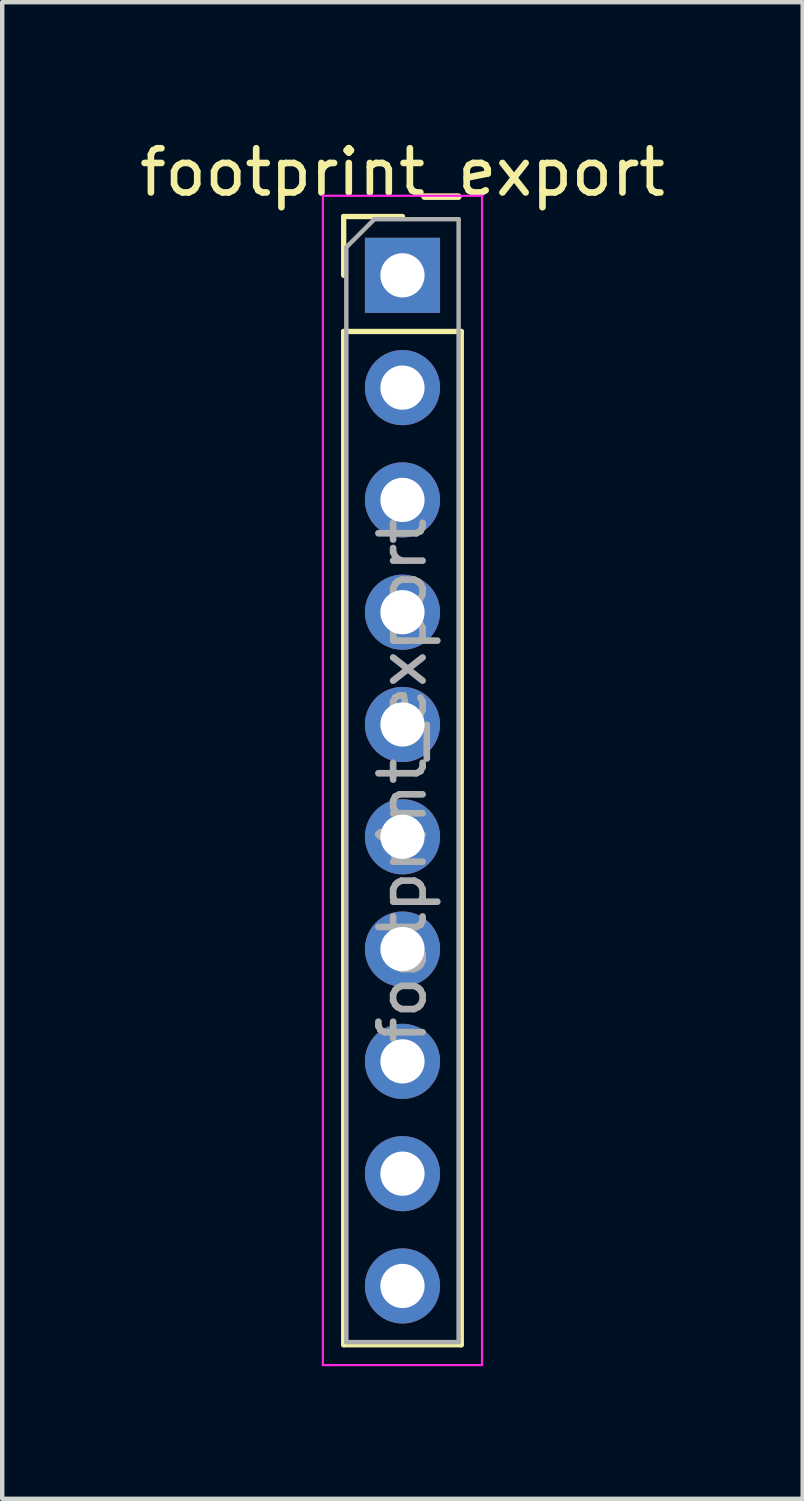
<source format=kicad_pcb>
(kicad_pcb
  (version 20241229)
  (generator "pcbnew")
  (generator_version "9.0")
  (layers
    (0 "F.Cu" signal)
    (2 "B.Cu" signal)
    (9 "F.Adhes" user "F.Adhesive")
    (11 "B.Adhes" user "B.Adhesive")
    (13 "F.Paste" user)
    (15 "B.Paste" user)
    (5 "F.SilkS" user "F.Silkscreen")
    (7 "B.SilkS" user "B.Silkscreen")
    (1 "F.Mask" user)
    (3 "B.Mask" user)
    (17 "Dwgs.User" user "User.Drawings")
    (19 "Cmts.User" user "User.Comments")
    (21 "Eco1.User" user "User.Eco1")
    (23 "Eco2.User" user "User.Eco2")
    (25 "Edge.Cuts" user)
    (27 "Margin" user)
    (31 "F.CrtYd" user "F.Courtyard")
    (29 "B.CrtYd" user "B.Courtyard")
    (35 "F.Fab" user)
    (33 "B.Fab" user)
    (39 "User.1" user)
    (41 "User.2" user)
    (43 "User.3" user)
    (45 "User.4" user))
  (footprint "footprint_export"
    (layer "F.Cu")
    (at 6.054 3.178)
    (property "Reference" "footprint_export" (at 0 -2.33 0) (layer "F.SilkS") (effects (font (size 1 1) (thickness 0.15))))
    (attr through_hole)
    (fp_line (start -1.33 -1.33) (end 0 -1.33) (stroke (width 0.12) (type solid)) (layer "F.SilkS"))
    (fp_line (start -1.33 0) (end -1.33 -1.33) (stroke (width 0.12) (type solid)) (layer "F.SilkS"))
    (fp_line (start -1.33 1.27) (end -1.33 24.19) (stroke (width 0.12) (type solid)) (layer "F.SilkS"))
    (fp_line (start -1.33 1.27) (end 1.33 1.27) (stroke (width 0.12) (type solid)) (layer "F.SilkS"))
    (fp_line (start -1.33 24.19) (end 1.33 24.19) (stroke (width 0.12) (type solid)) (layer "F.SilkS"))
    (fp_line (start 1.33 1.27) (end 1.33 24.19) (stroke (width 0.12) (type solid)) (layer "F.SilkS"))
    (fp_line (start -1.8 -1.8) (end -1.8 24.65) (stroke (width 0.05) (type solid)) (layer "F.CrtYd"))
    (fp_line (start -1.8 24.65) (end 1.8 24.65) (stroke (width 0.05) (type solid)) (layer "F.CrtYd"))
    (fp_line (start 1.8 -1.8) (end -1.8 -1.8) (stroke (width 0.05) (type solid)) (layer "F.CrtYd"))
    (fp_line (start 1.8 24.65) (end 1.8 -1.8) (stroke (width 0.05) (type solid)) (layer "F.CrtYd"))
    (fp_line (start -1.27 -0.635) (end -0.635 -1.27) (stroke (width 0.1) (type solid)) (layer "F.Fab"))
    (fp_line (start -1.27 24.13) (end -1.27 -0.635) (stroke (width 0.1) (type solid)) (layer "F.Fab"))
    (fp_line (start -0.635 -1.27) (end 1.27 -1.27) (stroke (width 0.1) (type solid)) (layer "F.Fab"))
    (fp_line (start 1.27 -1.27) (end 1.27 24.13) (stroke (width 0.1) (type solid)) (layer "F.Fab"))
    (fp_line (start 1.27 24.13) (end -1.27 24.13) (stroke (width 0.1) (type solid)) (layer "F.Fab"))
    (fp_text user "${REFERENCE}" (at 0 11.43 90) (layer "F.Fab") (effects (font (size 1 1) (thickness 0.15))))
    (pad "1" thru_hole rect (at 0 0) (size 1.7 1.7) (drill 1) (layers "*.Cu" "*.Mask"))
    (pad "2" thru_hole oval (at 0 2.54) (size 1.7 1.7) (drill 1) (layers "*.Cu" "*.Mask"))
    (pad "3" thru_hole oval (at 0 5.08) (size 1.7 1.7) (drill 1) (layers "*.Cu" "*.Mask"))
    (pad "4" thru_hole oval (at 0 7.62) (size 1.7 1.7) (drill 1) (layers "*.Cu" "*.Mask"))
    (pad "5" thru_hole oval (at 0 10.16) (size 1.7 1.7) (drill 1) (layers "*.Cu" "*.Mask"))
    (pad "6" thru_hole oval (at 0 12.7) (size 1.7 1.7) (drill 1) (layers "*.Cu" "*.Mask"))
    (pad "7" thru_hole oval (at 0 15.24) (size 1.7 1.7) (drill 1) (layers "*.Cu" "*.Mask"))
    (pad "8" thru_hole oval (at 0 17.78) (size 1.7 1.7) (drill 1) (layers "*.Cu" "*.Mask"))
    (pad "9" thru_hole oval (at 0 20.32) (size 1.7 1.7) (drill 1) (layers "*.Cu" "*.Mask"))
    (pad "10" thru_hole oval (at 0 22.86) (size 1.7 1.7) (drill 1) (layers "*.Cu" "*.Mask")))
  (gr_rect
    (start -3 -3)
    (end 15.107 30.853)
    (stroke (width 0.1) (type default))
    (fill no)
    (layer "Edge.Cuts")))
</source>
